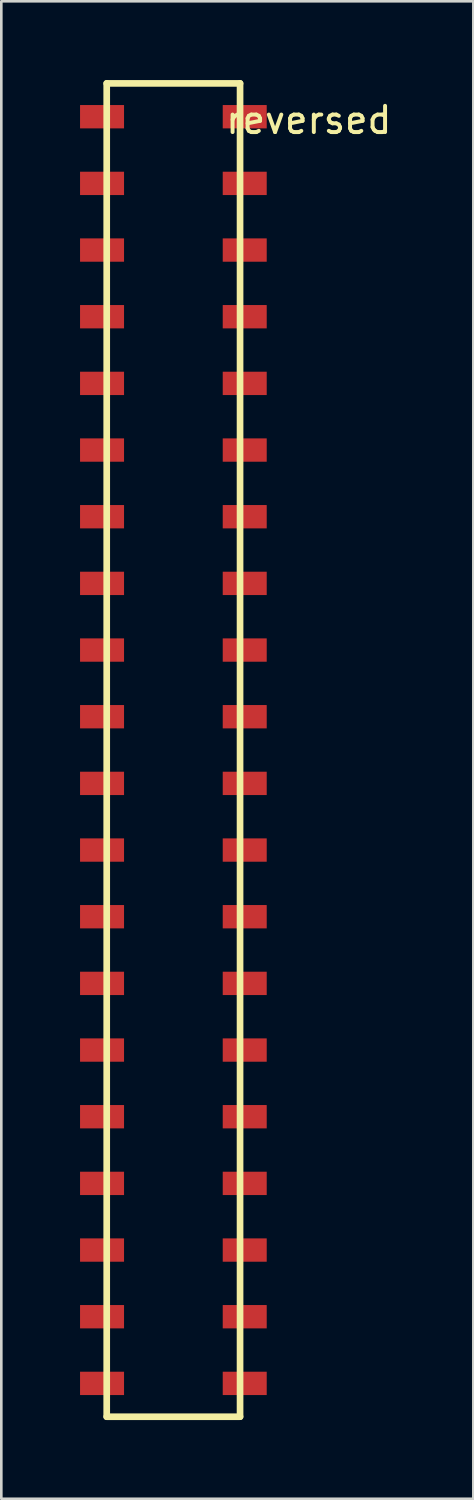
<source format=kicad_pcb>
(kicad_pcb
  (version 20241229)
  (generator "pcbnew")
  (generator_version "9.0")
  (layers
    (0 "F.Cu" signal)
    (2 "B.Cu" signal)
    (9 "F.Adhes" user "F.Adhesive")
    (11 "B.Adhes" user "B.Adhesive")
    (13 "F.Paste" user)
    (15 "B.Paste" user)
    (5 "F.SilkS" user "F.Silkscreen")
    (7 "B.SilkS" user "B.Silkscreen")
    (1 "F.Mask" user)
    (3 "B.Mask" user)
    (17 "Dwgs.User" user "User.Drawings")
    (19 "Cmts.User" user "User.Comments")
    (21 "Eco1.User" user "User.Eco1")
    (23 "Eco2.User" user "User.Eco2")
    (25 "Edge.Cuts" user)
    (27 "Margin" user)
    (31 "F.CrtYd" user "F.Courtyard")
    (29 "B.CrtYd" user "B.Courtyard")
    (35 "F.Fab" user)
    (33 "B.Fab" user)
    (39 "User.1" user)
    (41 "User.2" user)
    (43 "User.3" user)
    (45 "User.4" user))
  (footprint "reversed"
    (layer "F.Cu")
    (at 3.556 25.527)
    (property "Reference" "reversed" (at 5.16 -24 0) (layer "F.SilkS") (effects (font (size 1 1) (thickness 0.15))))
    (attr through_hole)
    (fp_line (start -2.54 -25.4) (end 2.54 -25.4) (stroke (width 0.254) (type solid)) (layer "F.SilkS"))
    (fp_line (start -2.54 25.4) (end -2.54 -25.4) (stroke (width 0.254) (type solid)) (layer "F.SilkS"))
    (fp_line (start 2.54 -25.4) (end 2.54 25.4) (stroke (width 0.254) (type solid)) (layer "F.SilkS"))
    (fp_line (start 2.54 25.4) (end -2.54 25.4) (stroke (width 0.254) (type solid)) (layer "F.SilkS"))
    (pad "1" smd rect (at 2.718 -24.13 90) (size 0.889 1.676) (layers "F.Cu" "F.Mask" "F.Paste"))
    (pad "2" smd rect (at -2.718 -24.13 90) (size 0.889 1.676) (layers "F.Cu" "F.Mask" "F.Paste"))
    (pad "3" smd rect (at 2.718 -21.59 90) (size 0.889 1.676) (layers "F.Cu" "F.Mask" "F.Paste"))
    (pad "4" smd rect (at -2.718 -21.59 90) (size 0.889 1.676) (layers "F.Cu" "F.Mask" "F.Paste"))
    (pad "5" smd rect (at 2.718 -19.05 90) (size 0.889 1.676) (layers "F.Cu" "F.Mask" "F.Paste"))
    (pad "6" smd rect (at -2.718 -19.05 90) (size 0.889 1.676) (layers "F.Cu" "F.Mask" "F.Paste"))
    (pad "7" smd rect (at 2.718 -16.51 90) (size 0.889 1.676) (layers "F.Cu" "F.Mask" "F.Paste"))
    (pad "8" smd rect (at -2.718 -16.51 90) (size 0.889 1.676) (layers "F.Cu" "F.Mask" "F.Paste"))
    (pad "9" smd rect (at 2.718 -13.97 90) (size 0.889 1.676) (layers "F.Cu" "F.Mask" "F.Paste"))
    (pad "10" smd rect (at -2.718 -13.97 90) (size 0.889 1.676) (layers "F.Cu" "F.Mask" "F.Paste"))
    (pad "11" smd rect (at 2.718 -11.43 90) (size 0.889 1.676) (layers "F.Cu" "F.Mask" "F.Paste"))
    (pad "12" smd rect (at -2.718 -11.43 90) (size 0.889 1.676) (layers "F.Cu" "F.Mask" "F.Paste"))
    (pad "13" smd rect (at 2.718 -8.89 90) (size 0.889 1.676) (layers "F.Cu" "F.Mask" "F.Paste"))
    (pad "14" smd rect (at -2.718 -8.89 90) (size 0.889 1.676) (layers "F.Cu" "F.Mask" "F.Paste"))
    (pad "15" smd rect (at 2.718 -6.35 90) (size 0.889 1.676) (layers "F.Cu" "F.Mask" "F.Paste"))
    (pad "16" smd rect (at -2.718 -6.35 90) (size 0.889 1.676) (layers "F.Cu" "F.Mask" "F.Paste"))
    (pad "17" smd rect (at 2.718 -3.81 90) (size 0.889 1.676) (layers "F.Cu" "F.Mask" "F.Paste"))
    (pad "18" smd rect (at -2.718 -3.81 90) (size 0.889 1.676) (layers "F.Cu" "F.Mask" "F.Paste"))
    (pad "19" smd rect (at 2.718 -1.27 90) (size 0.889 1.676) (layers "F.Cu" "F.Mask" "F.Paste"))
    (pad "20" smd rect (at -2.718 -1.27 90) (size 0.889 1.676) (layers "F.Cu" "F.Mask" "F.Paste"))
    (pad "21" smd rect (at 2.718 1.27 90) (size 0.889 1.676) (layers "F.Cu" "F.Mask" "F.Paste"))
    (pad "22" smd rect (at -2.718 1.27 90) (size 0.889 1.676) (layers "F.Cu" "F.Mask" "F.Paste"))
    (pad "23" smd rect (at 2.718 3.81 90) (size 0.889 1.676) (layers "F.Cu" "F.Mask" "F.Paste"))
    (pad "24" smd rect (at -2.718 3.81 90) (size 0.889 1.676) (layers "F.Cu" "F.Mask" "F.Paste"))
    (pad "25" smd rect (at 2.718 6.35 90) (size 0.889 1.676) (layers "F.Cu" "F.Mask" "F.Paste"))
    (pad "26" smd rect (at -2.718 6.35 90) (size 0.889 1.676) (layers "F.Cu" "F.Mask" "F.Paste"))
    (pad "27" smd rect (at 2.718 8.89 90) (size 0.889 1.676) (layers "F.Cu" "F.Mask" "F.Paste"))
    (pad "28" smd rect (at -2.718 8.89 90) (size 0.889 1.676) (layers "F.Cu" "F.Mask" "F.Paste"))
    (pad "29" smd rect (at 2.718 11.43 90) (size 0.889 1.676) (layers "F.Cu" "F.Mask" "F.Paste"))
    (pad "30" smd rect (at -2.718 11.43 90) (size 0.889 1.676) (layers "F.Cu" "F.Mask" "F.Paste"))
    (pad "31" smd rect (at 2.718 13.97 90) (size 0.889 1.676) (layers "F.Cu" "F.Mask" "F.Paste"))
    (pad "32" smd rect (at -2.718 13.97 90) (size 0.889 1.676) (layers "F.Cu" "F.Mask" "F.Paste"))
    (pad "33" smd rect (at 2.718 16.51 90) (size 0.889 1.676) (layers "F.Cu" "F.Mask" "F.Paste"))
    (pad "34" smd rect (at -2.718 16.51 90) (size 0.889 1.676) (layers "F.Cu" "F.Mask" "F.Paste"))
    (pad "35" smd rect (at 2.718 19.05 90) (size 0.889 1.676) (layers "F.Cu" "F.Mask" "F.Paste"))
    (pad "36" smd rect (at -2.718 19.05 90) (size 0.889 1.676) (layers "F.Cu" "F.Mask" "F.Paste"))
    (pad "37" smd rect (at 2.718 21.59 90) (size 0.889 1.676) (layers "F.Cu" "F.Mask" "F.Paste"))
    (pad "38" smd rect (at -2.718 21.59 90) (size 0.889 1.676) (layers "F.Cu" "F.Mask" "F.Paste"))
    (pad "39" smd rect (at 2.718 24.13 90) (size 0.889 1.676) (layers "F.Cu" "F.Mask" "F.Paste"))
    (pad "40" smd rect (at -2.718 24.13 90) (size 0.889 1.676) (layers "F.Cu" "F.Mask" "F.Paste")))
  (gr_rect
    (start -3 -3)
    (end 14.984 54.054)
    (stroke (width 0.1) (type default))
    (fill no)
    (layer "Edge.Cuts")))
</source>
